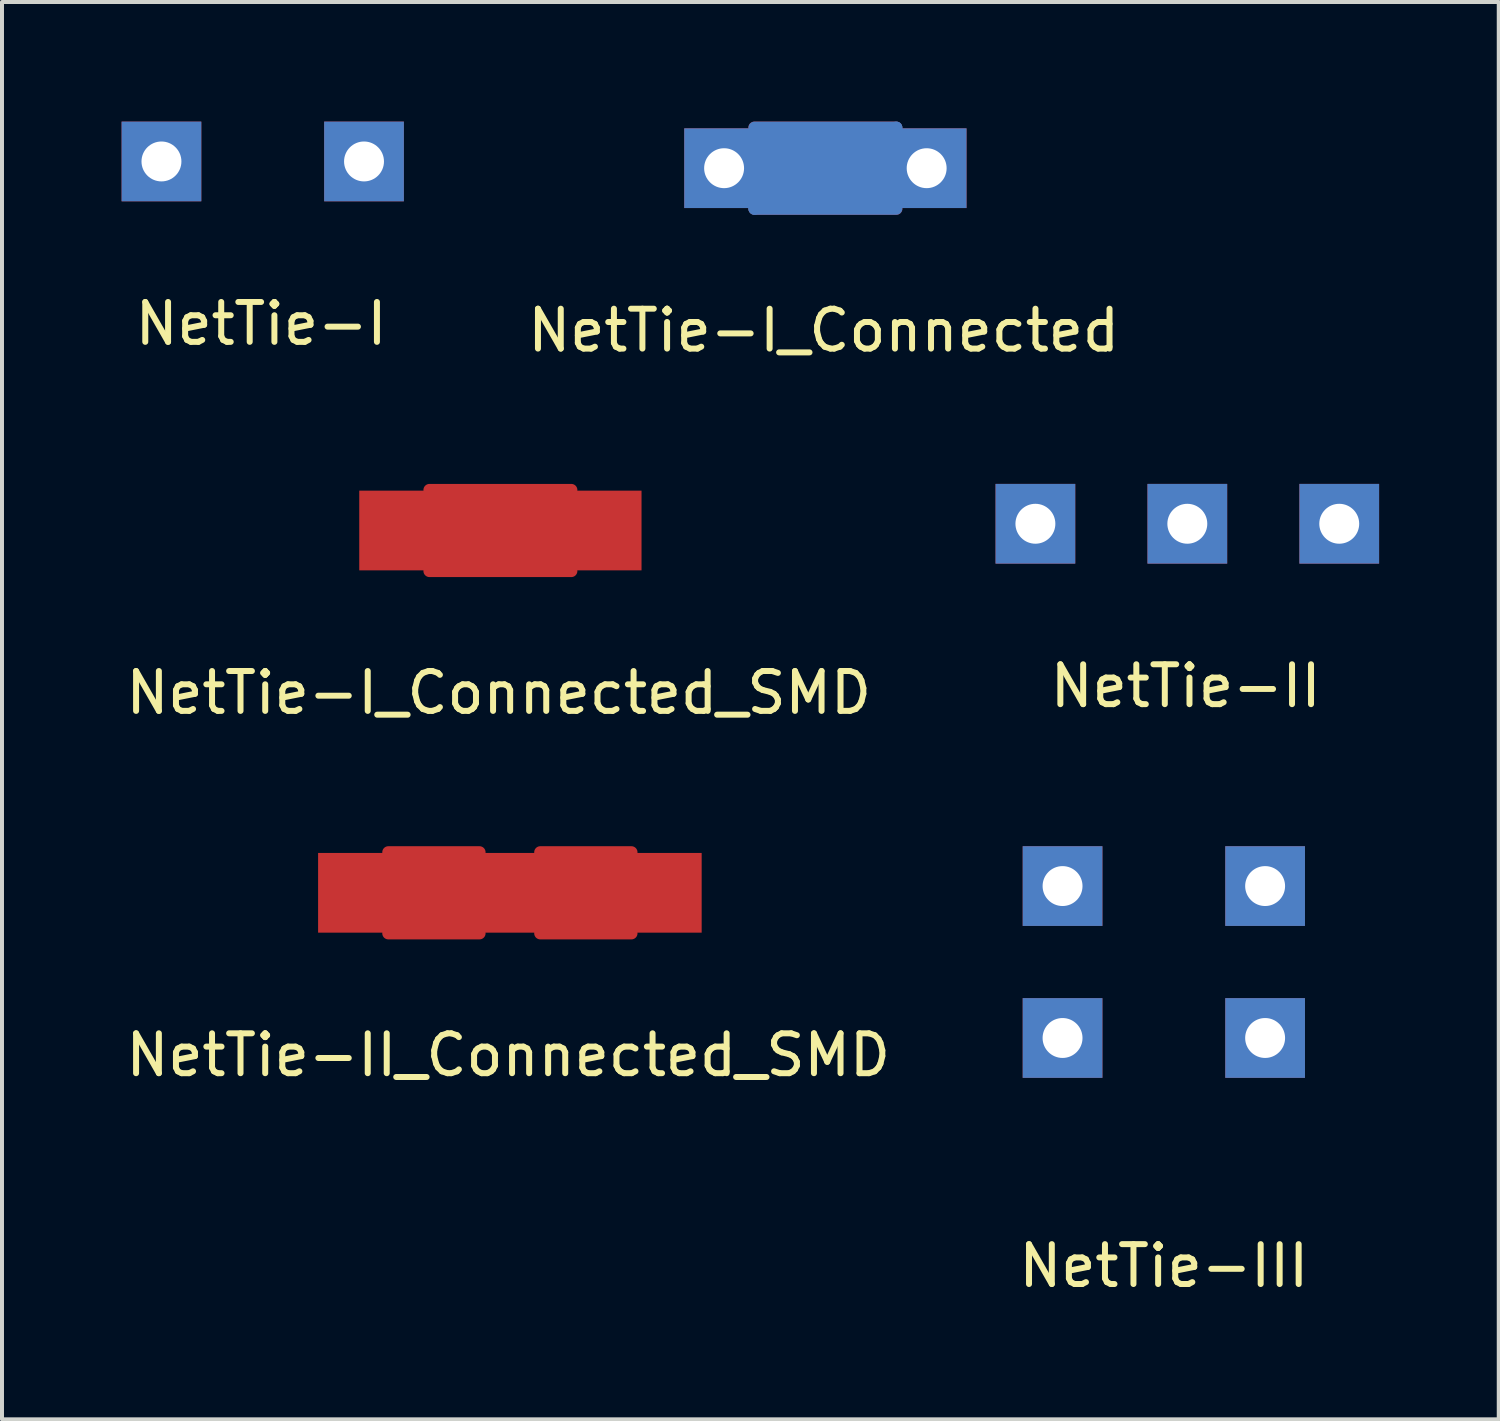
<source format=kicad_pcb>
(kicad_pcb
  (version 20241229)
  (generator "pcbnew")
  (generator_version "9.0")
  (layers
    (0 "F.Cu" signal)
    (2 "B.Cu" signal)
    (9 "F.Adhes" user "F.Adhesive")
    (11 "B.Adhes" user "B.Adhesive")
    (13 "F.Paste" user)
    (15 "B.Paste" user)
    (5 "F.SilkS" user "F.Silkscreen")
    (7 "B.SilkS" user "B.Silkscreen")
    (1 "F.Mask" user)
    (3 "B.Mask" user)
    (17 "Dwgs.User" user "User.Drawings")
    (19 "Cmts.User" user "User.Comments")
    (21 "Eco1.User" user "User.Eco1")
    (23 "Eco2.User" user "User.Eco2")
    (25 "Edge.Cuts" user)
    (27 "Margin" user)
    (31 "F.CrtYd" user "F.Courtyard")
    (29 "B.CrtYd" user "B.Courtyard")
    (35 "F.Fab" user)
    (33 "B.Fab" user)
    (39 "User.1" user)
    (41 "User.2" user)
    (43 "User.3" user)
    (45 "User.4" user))
  (footprint "NetTie-III"
    (layer "F.Cu")
    (at 26.137 21.076)
    (property "Reference" "NetTie-III" (at 0 7.62 0) (layer "F.SilkS") (effects (font (size 1 1) (thickness 0.15))))
    (attr through_hole)
    (pad "1" thru_hole rect (at -2.54 -1.905) (size 1.999 1.999) (drill 1.001) (layers "*.Cu" "*.Mask"))
    (pad "2" thru_hole rect (at -2.54 1.905) (size 1.999 1.999) (drill 1.001) (layers "*.Cu" "*.Mask"))
    (pad "3" thru_hole rect (at 2.54 -1.905) (size 1.999 1.999) (drill 1.001) (layers "*.Cu" "*.Mask"))
    (pad "4" thru_hole rect (at 2.54 1.905) (size 1.999 1.999) (drill 1.001) (layers "*.Cu" "*.Mask")))
  (footprint "NetTie-II_Connected_SMD"
    (layer "F.Cu")
    (at 9.737 19.34)
    (property "Reference" "NetTie-II_Connected_SMD" (at -0.041 4.069 0) (layer "F.SilkS") (effects (font (size 1 1) (thickness 0.15))))
    (attr through_hole)
    (fp_line (start -3.048 -1.016) (end -0.762 -1.016) (stroke (width 0.305) (type solid)) (layer "F.Cu"))
    (fp_line (start -3.048 -0.508) (end -0.762 -0.508) (stroke (width 0.305) (type solid)) (layer "F.Cu"))
    (fp_line (start -3.048 0) (end -0.762 0) (stroke (width 0.305) (type solid)) (layer "F.Cu"))
    (fp_line (start -3.048 0.508) (end -0.762 0.508) (stroke (width 0.305) (type solid)) (layer "F.Cu"))
    (fp_line (start -3.048 1.016) (end -0.762 1.016) (stroke (width 0.305) (type solid)) (layer "F.Cu"))
    (fp_line (start -0.762 -0.762) (end -3.048 -0.762) (stroke (width 0.305) (type solid)) (layer "F.Cu"))
    (fp_line (start -0.762 -0.254) (end -3.048 -0.254) (stroke (width 0.305) (type solid)) (layer "F.Cu"))
    (fp_line (start -0.762 0.254) (end -3.048 0.254) (stroke (width 0.305) (type solid)) (layer "F.Cu"))
    (fp_line (start -0.762 0.762) (end -3.048 0.762) (stroke (width 0.305) (type solid)) (layer "F.Cu"))
    (fp_line (start 0.762 -1.016) (end 3.048 -1.016) (stroke (width 0.305) (type solid)) (layer "F.Cu"))
    (fp_line (start 0.762 -0.508) (end 3.048 -0.508) (stroke (width 0.305) (type solid)) (layer "F.Cu"))
    (fp_line (start 0.762 0) (end 3.048 0) (stroke (width 0.305) (type solid)) (layer "F.Cu"))
    (fp_line (start 0.762 0.508) (end 3.048 0.508) (stroke (width 0.305) (type solid)) (layer "F.Cu"))
    (fp_line (start 0.762 1.016) (end 3.048 1.016) (stroke (width 0.305) (type solid)) (layer "F.Cu"))
    (fp_line (start 3.048 -0.762) (end 0.762 -0.762) (stroke (width 0.305) (type solid)) (layer "F.Cu"))
    (fp_line (start 3.048 -0.254) (end 0.762 -0.254) (stroke (width 0.305) (type solid)) (layer "F.Cu"))
    (fp_line (start 3.048 0.254) (end 0.762 0.254) (stroke (width 0.305) (type solid)) (layer "F.Cu"))
    (fp_line (start 3.048 0.762) (end 0.762 0.762) (stroke (width 0.305) (type solid)) (layer "F.Cu"))
    (pad "1" smd rect (at -3.81 0) (size 1.999 1.999) (layers "F.Cu" "F.Mask" "F.Paste"))
    (pad "2" smd rect (at 0 0) (size 1.999 1.999) (layers "F.Cu" "F.Mask" "F.Paste"))
    (pad "3" smd rect (at 3.81 0) (size 1.999 1.999) (layers "F.Cu" "F.Mask" "F.Paste")))
  (footprint "NetTie-I_Connected_SMD"
    (layer "F.Cu")
    (at 9.499 10.254)
    (property "Reference" "NetTie-I_Connected_SMD" (at -0.041 4.069 0) (layer "F.SilkS") (effects (font (size 1 1) (thickness 0.15))))
    (attr through_hole)
    (fp_line (start -1.778 -0.762) (end 1.778 -0.762) (stroke (width 0.305) (type solid)) (layer "F.Cu"))
    (fp_line (start -1.778 -0.254) (end 1.778 -0.254) (stroke (width 0.305) (type solid)) (layer "F.Cu"))
    (fp_line (start -1.778 0.254) (end 1.778 0.254) (stroke (width 0.305) (type solid)) (layer "F.Cu"))
    (fp_line (start -1.778 0.762) (end 1.778 0.762) (stroke (width 0.305) (type solid)) (layer "F.Cu"))
    (fp_line (start 1.778 -1.016) (end -1.778 -1.016) (stroke (width 0.305) (type solid)) (layer "F.Cu"))
    (fp_line (start 1.778 -0.508) (end -1.778 -0.508) (stroke (width 0.305) (type solid)) (layer "F.Cu"))
    (fp_line (start 1.778 0) (end -1.778 0) (stroke (width 0.305) (type solid)) (layer "F.Cu"))
    (fp_line (start 1.778 0.508) (end -1.778 0.508) (stroke (width 0.305) (type solid)) (layer "F.Cu"))
    (fp_line (start 1.778 1.016) (end -1.778 1.016) (stroke (width 0.305) (type solid)) (layer "F.Cu"))
    (pad "1" smd rect (at -2.54 0) (size 1.999 1.999) (layers "F.Cu" "F.Mask" "F.Paste"))
    (pad "2" smd rect (at 2.54 0) (size 1.999 1.999) (layers "F.Cu" "F.Mask" "F.Paste")))
  (footprint "NetTie-II"
    (layer "F.Cu")
    (at 26.726 10.085)
    (property "Reference" "NetTie-II" (at -0.041 4.069 0) (layer "F.SilkS") (effects (font (size 1 1) (thickness 0.15))))
    (attr through_hole)
    (pad "1" thru_hole rect (at -3.81 0) (size 1.999 1.999) (drill 1.001) (layers "*.Cu" "*.Mask"))
    (pad "2" thru_hole rect (at 0 0) (size 1.999 1.999) (drill 1.001) (layers "*.Cu" "*.Mask"))
    (pad "3" thru_hole rect (at 3.81 0) (size 1.999 1.999) (drill 1.001) (layers "*.Cu" "*.Mask")))
  (footprint "NetTie-I"
    (layer "F.Cu")
    (at 3.539 0.999)
    (property "Reference" "NetTie-I" (at -0.041 4.069 0) (layer "F.SilkS") (effects (font (size 1 1) (thickness 0.15))))
    (attr through_hole)
    (pad "1" thru_hole rect (at -2.54 0) (size 1.999 1.999) (drill 1.001) (layers "*.Cu" "*.Mask"))
    (pad "2" thru_hole rect (at 2.54 0) (size 1.999 1.999) (drill 1.001) (layers "*.Cu" "*.Mask")))
  (footprint "NetTie-I_Connected"
    (layer "F.Cu")
    (at 17.649 1.168)
    (property "Reference" "NetTie-I_Connected" (at -0.041 4.069 0) (layer "F.SilkS") (effects (font (size 1 1) (thickness 0.15))))
    (attr through_hole)
    (fp_line (start -1.778 -0.762) (end 1.778 -0.762) (stroke (width 0.305) (type solid)) (layer "F.Cu"))
    (fp_line (start -1.778 -0.254) (end 1.778 -0.254) (stroke (width 0.305) (type solid)) (layer "F.Cu"))
    (fp_line (start -1.778 0.254) (end 1.778 0.254) (stroke (width 0.305) (type solid)) (layer "F.Cu"))
    (fp_line (start -1.778 0.762) (end 1.778 0.762) (stroke (width 0.305) (type solid)) (layer "F.Cu"))
    (fp_line (start 1.778 -1.016) (end -1.778 -1.016) (stroke (width 0.305) (type solid)) (layer "F.Cu"))
    (fp_line (start 1.778 -0.508) (end -1.778 -0.508) (stroke (width 0.305) (type solid)) (layer "F.Cu"))
    (fp_line (start 1.778 0) (end -1.778 0) (stroke (width 0.305) (type solid)) (layer "F.Cu"))
    (fp_line (start 1.778 0.508) (end -1.778 0.508) (stroke (width 0.305) (type solid)) (layer "F.Cu"))
    (fp_line (start 1.778 1.016) (end -1.778 1.016) (stroke (width 0.305) (type solid)) (layer "F.Cu"))
    (fp_line (start -1.778 -0.762) (end 1.778 -0.762) (stroke (width 0.305) (type solid)) (layer "B.Cu"))
    (fp_line (start -1.778 -0.508) (end -1.778 -0.762) (stroke (width 0.305) (type solid)) (layer "B.Cu"))
    (fp_line (start -1.778 -0.254) (end 1.778 -0.254) (stroke (width 0.305) (type solid)) (layer "B.Cu"))
    (fp_line (start -1.778 0) (end -1.778 -0.254) (stroke (width 0.305) (type solid)) (layer "B.Cu"))
    (fp_line (start -1.778 0.254) (end 1.778 0.254) (stroke (width 0.305) (type solid)) (layer "B.Cu"))
    (fp_line (start -1.778 0.508) (end -1.778 0.254) (stroke (width 0.305) (type solid)) (layer "B.Cu"))
    (fp_line (start -1.778 0.762) (end 1.778 0.762) (stroke (width 0.305) (type solid)) (layer "B.Cu"))
    (fp_line (start -1.778 1.016) (end -1.778 0.762) (stroke (width 0.305) (type solid)) (layer "B.Cu"))
    (fp_line (start 1.778 -1.016) (end -1.778 -1.016) (stroke (width 0.305) (type solid)) (layer "B.Cu"))
    (fp_line (start 1.778 -0.762) (end 1.778 -1.016) (stroke (width 0.305) (type solid)) (layer "B.Cu"))
    (fp_line (start 1.778 -0.508) (end -1.778 -0.508) (stroke (width 0.305) (type solid)) (layer "B.Cu"))
    (fp_line (start 1.778 -0.254) (end 1.778 -0.508) (stroke (width 0.305) (type solid)) (layer "B.Cu"))
    (fp_line (start 1.778 0) (end -1.778 0) (stroke (width 0.305) (type solid)) (layer "B.Cu"))
    (fp_line (start 1.778 0.254) (end 1.778 0) (stroke (width 0.305) (type solid)) (layer "B.Cu"))
    (fp_line (start 1.778 0.508) (end -1.778 0.508) (stroke (width 0.305) (type solid)) (layer "B.Cu"))
    (fp_line (start 1.778 0.762) (end 1.778 0.508) (stroke (width 0.305) (type solid)) (layer "B.Cu"))
    (fp_line (start 1.778 1.016) (end -1.778 1.016) (stroke (width 0.305) (type solid)) (layer "B.Cu"))
    (pad "1" thru_hole rect (at -2.54 0) (size 1.999 1.999) (drill 1.001) (layers "*.Cu" "*.Mask"))
    (pad "2" thru_hole rect (at 2.54 0) (size 1.999 1.999) (drill 1.001) (layers "*.Cu" "*.Mask")))
  (gr_rect
    (start -3 -3)
    (end 34.536 32.544)
    (stroke (width 0.1) (type default))
    (fill no)
    (layer "Edge.Cuts")))
</source>
